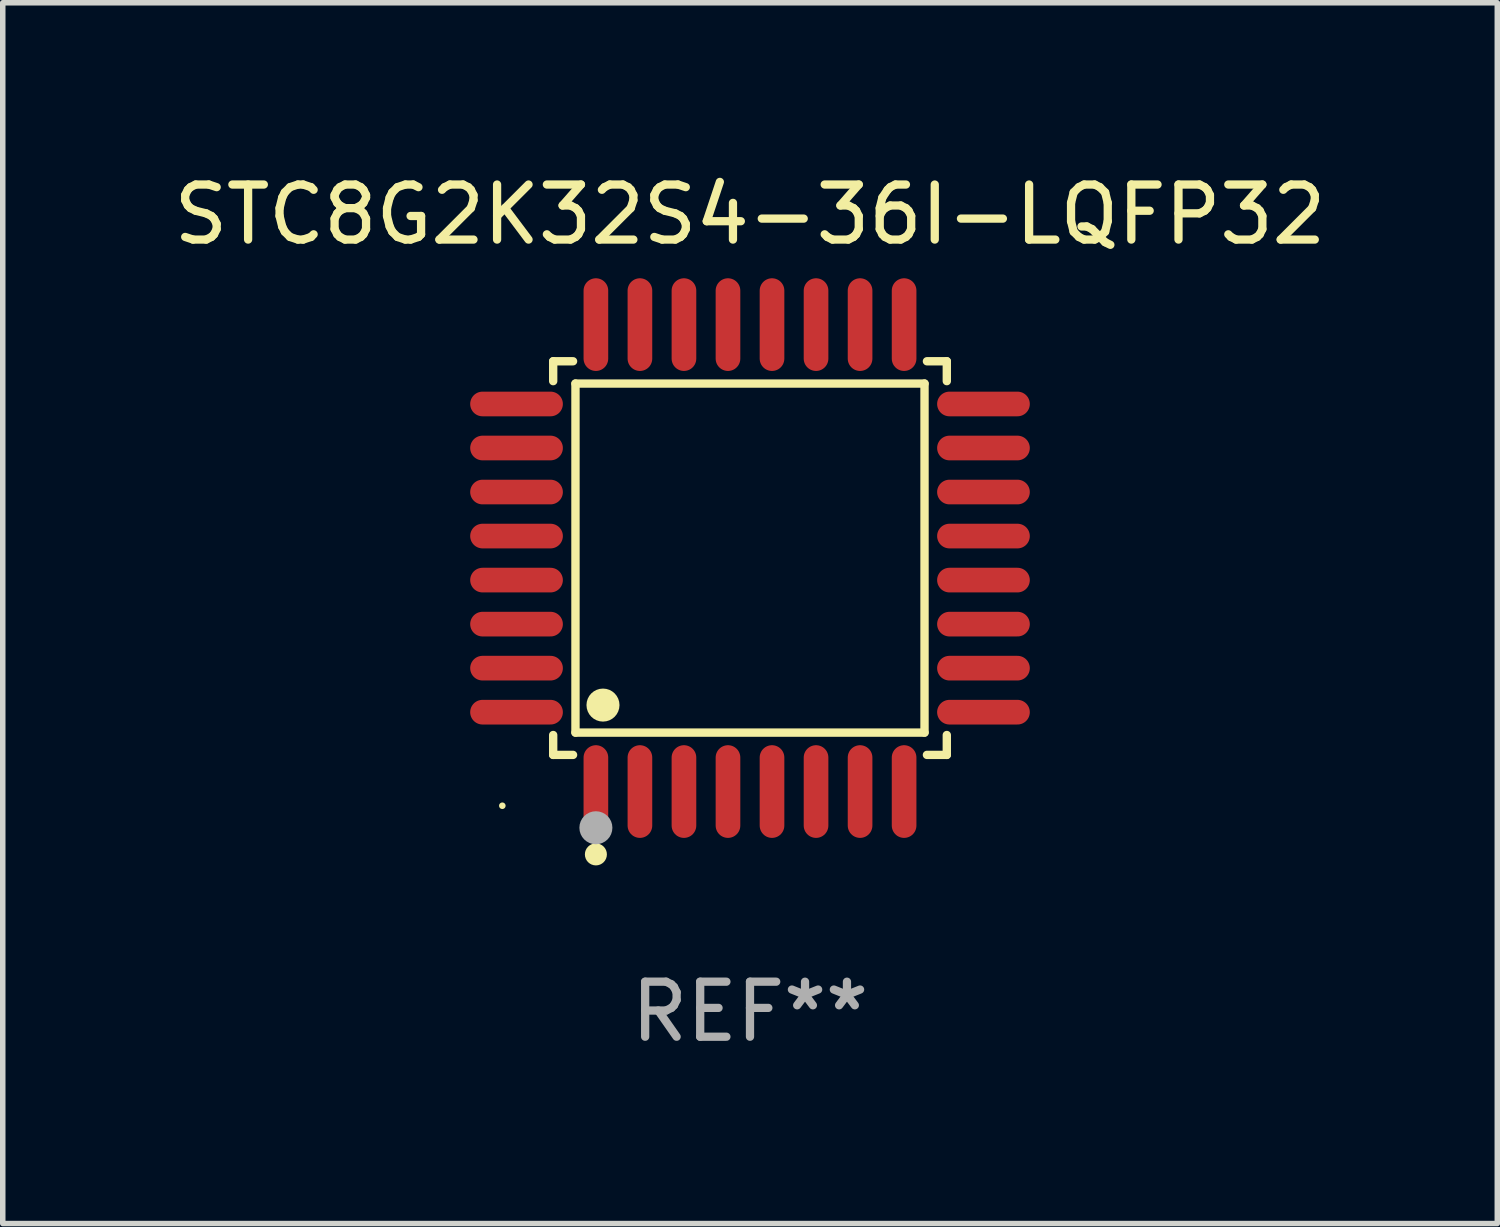
<source format=kicad_pcb>
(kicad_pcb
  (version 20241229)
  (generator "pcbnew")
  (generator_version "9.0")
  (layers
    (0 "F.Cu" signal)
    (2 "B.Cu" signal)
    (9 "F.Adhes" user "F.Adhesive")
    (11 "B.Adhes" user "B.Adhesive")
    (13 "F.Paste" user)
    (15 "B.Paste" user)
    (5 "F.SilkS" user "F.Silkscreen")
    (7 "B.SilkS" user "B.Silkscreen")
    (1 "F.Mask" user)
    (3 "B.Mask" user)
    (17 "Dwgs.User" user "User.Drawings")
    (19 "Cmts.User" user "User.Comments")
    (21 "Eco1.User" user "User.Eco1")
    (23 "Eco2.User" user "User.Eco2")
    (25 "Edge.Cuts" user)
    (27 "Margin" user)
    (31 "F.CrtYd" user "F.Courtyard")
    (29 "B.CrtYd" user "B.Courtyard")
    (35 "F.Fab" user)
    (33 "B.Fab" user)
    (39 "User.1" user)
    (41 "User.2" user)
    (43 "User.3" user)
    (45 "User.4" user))
  (footprint "STC8G2K32S4-36I-LQFP32"
    (layer "F.Cu")
    (at 10.577 7.09)
    (property "Reference" "STC8G2K32S4-36I-LQFP32" (at 0 -6.242 0) (layer "F.SilkS") (effects (font (size 1 1) (thickness 0.15))))
    (attr through_hole)
    (fp_line (start -3.576 -3.576) (end -3.215 -3.576) (stroke (width 0.152) (type solid)) (layer "F.SilkS"))
    (fp_line (start -3.576 -3.215) (end -3.576 -3.576) (stroke (width 0.152) (type solid)) (layer "F.SilkS"))
    (fp_line (start -3.576 3.215) (end -3.576 3.576) (stroke (width 0.152) (type solid)) (layer "F.SilkS"))
    (fp_line (start -3.576 3.576) (end -3.215 3.576) (stroke (width 0.152) (type solid)) (layer "F.SilkS"))
    (fp_line (start -3.171 -3.171) (end 3.171 -3.171) (stroke (width 0.152) (type solid)) (layer "F.SilkS"))
    (fp_line (start -3.171 3.171) (end -3.171 -3.171) (stroke (width 0.152) (type solid)) (layer "F.SilkS"))
    (fp_line (start 3.171 -3.171) (end 3.171 3.171) (stroke (width 0.152) (type solid)) (layer "F.SilkS"))
    (fp_line (start 3.171 3.171) (end -3.171 3.171) (stroke (width 0.152) (type solid)) (layer "F.SilkS"))
    (fp_line (start 3.576 -3.576) (end 3.215 -3.576) (stroke (width 0.152) (type solid)) (layer "F.SilkS"))
    (fp_line (start 3.576 -3.215) (end 3.576 -3.576) (stroke (width 0.152) (type solid)) (layer "F.SilkS"))
    (fp_line (start 3.576 3.215) (end 3.576 3.576) (stroke (width 0.152) (type solid)) (layer "F.SilkS"))
    (fp_line (start 3.576 3.576) (end 3.215 3.576) (stroke (width 0.152) (type solid)) (layer "F.SilkS"))
    (fp_circle (center -4.5 4.5) (end -4.47 4.5) (stroke (width 0.06) (type solid)) (fill no) (layer "F.SilkS"))
    (fp_circle (center -2.8 5.384) (end -2.7 5.384) (stroke (width 0.2) (type solid)) (fill no) (layer "F.SilkS"))
    (fp_circle (center -2.671 2.671) (end -2.521 2.671) (stroke (width 0.3) (type solid)) (fill no) (layer "F.SilkS"))
    (fp_circle (center -2.8 4.9) (end -2.65 4.9) (stroke (width 0.3) (type solid)) (fill no) (layer "F.Fab"))
    (fp_text user "REF**" (at 0 8.242 0) (layer "F.Fab") (effects (font (size 1 1) (thickness 0.15))))
    (pad "1" smd oval (at -2.8 4.242) (size 0.448 1.684) (layers "F.Cu" "F.Mask" "F.Paste"))
    (pad "2" smd oval (at -2 4.242) (size 0.448 1.684) (layers "F.Cu" "F.Mask" "F.Paste"))
    (pad "3" smd oval (at -1.2 4.242) (size 0.448 1.684) (layers "F.Cu" "F.Mask" "F.Paste"))
    (pad "4" smd oval (at -0.4 4.242) (size 0.448 1.684) (layers "F.Cu" "F.Mask" "F.Paste"))
    (pad "5" smd oval (at 0.4 4.242) (size 0.448 1.684) (layers "F.Cu" "F.Mask" "F.Paste"))
    (pad "6" smd oval (at 1.2 4.242) (size 0.448 1.684) (layers "F.Cu" "F.Mask" "F.Paste"))
    (pad "7" smd oval (at 2 4.242) (size 0.448 1.684) (layers "F.Cu" "F.Mask" "F.Paste"))
    (pad "8" smd oval (at 2.8 4.242) (size 0.448 1.684) (layers "F.Cu" "F.Mask" "F.Paste"))
    (pad "9" smd oval (at 4.242 2.8) (size 1.684 0.448) (layers "F.Cu" "F.Mask" "F.Paste"))
    (pad "10" smd oval (at 4.242 2) (size 1.684 0.448) (layers "F.Cu" "F.Mask" "F.Paste"))
    (pad "11" smd oval (at 4.242 1.2) (size 1.684 0.448) (layers "F.Cu" "F.Mask" "F.Paste"))
    (pad "12" smd oval (at 4.242 0.4) (size 1.684 0.448) (layers "F.Cu" "F.Mask" "F.Paste"))
    (pad "13" smd oval (at 4.242 -0.4) (size 1.684 0.448) (layers "F.Cu" "F.Mask" "F.Paste"))
    (pad "14" smd oval (at 4.242 -1.2) (size 1.684 0.448) (layers "F.Cu" "F.Mask" "F.Paste"))
    (pad "15" smd oval (at 4.242 -2) (size 1.684 0.448) (layers "F.Cu" "F.Mask" "F.Paste"))
    (pad "16" smd oval (at 4.242 -2.8) (size 1.684 0.448) (layers "F.Cu" "F.Mask" "F.Paste"))
    (pad "17" smd oval (at 2.8 -4.242) (size 0.448 1.684) (layers "F.Cu" "F.Mask" "F.Paste"))
    (pad "18" smd oval (at 2 -4.242) (size 0.448 1.684) (layers "F.Cu" "F.Mask" "F.Paste"))
    (pad "19" smd oval (at 1.2 -4.242) (size 0.448 1.684) (layers "F.Cu" "F.Mask" "F.Paste"))
    (pad "20" smd oval (at 0.4 -4.242) (size 0.448 1.684) (layers "F.Cu" "F.Mask" "F.Paste"))
    (pad "21" smd oval (at -0.4 -4.242) (size 0.448 1.684) (layers "F.Cu" "F.Mask" "F.Paste"))
    (pad "22" smd oval (at -1.2 -4.242) (size 0.448 1.684) (layers "F.Cu" "F.Mask" "F.Paste"))
    (pad "23" smd oval (at -2 -4.242) (size 0.448 1.684) (layers "F.Cu" "F.Mask" "F.Paste"))
    (pad "24" smd oval (at -2.8 -4.242) (size 0.448 1.684) (layers "F.Cu" "F.Mask" "F.Paste"))
    (pad "25" smd oval (at -4.242 -2.8) (size 1.684 0.448) (layers "F.Cu" "F.Mask" "F.Paste"))
    (pad "26" smd oval (at -4.242 -2) (size 1.684 0.448) (layers "F.Cu" "F.Mask" "F.Paste"))
    (pad "27" smd oval (at -4.242 -1.2) (size 1.684 0.448) (layers "F.Cu" "F.Mask" "F.Paste"))
    (pad "28" smd oval (at -4.242 -0.4) (size 1.684 0.448) (layers "F.Cu" "F.Mask" "F.Paste"))
    (pad "29" smd oval (at -4.242 0.4) (size 1.684 0.448) (layers "F.Cu" "F.Mask" "F.Paste"))
    (pad "30" smd oval (at -4.242 1.2) (size 1.684 0.448) (layers "F.Cu" "F.Mask" "F.Paste"))
    (pad "31" smd oval (at -4.242 2) (size 1.684 0.448) (layers "F.Cu" "F.Mask" "F.Paste"))
    (pad "32" smd oval (at -4.242 2.8) (size 1.684 0.448) (layers "F.Cu" "F.Mask" "F.Paste")))
  (gr_rect
    (start -3 -3)
    (end 24.155 19.181)
    (stroke (width 0.1) (type default))
    (fill no)
    (layer "Edge.Cuts")))
</source>
